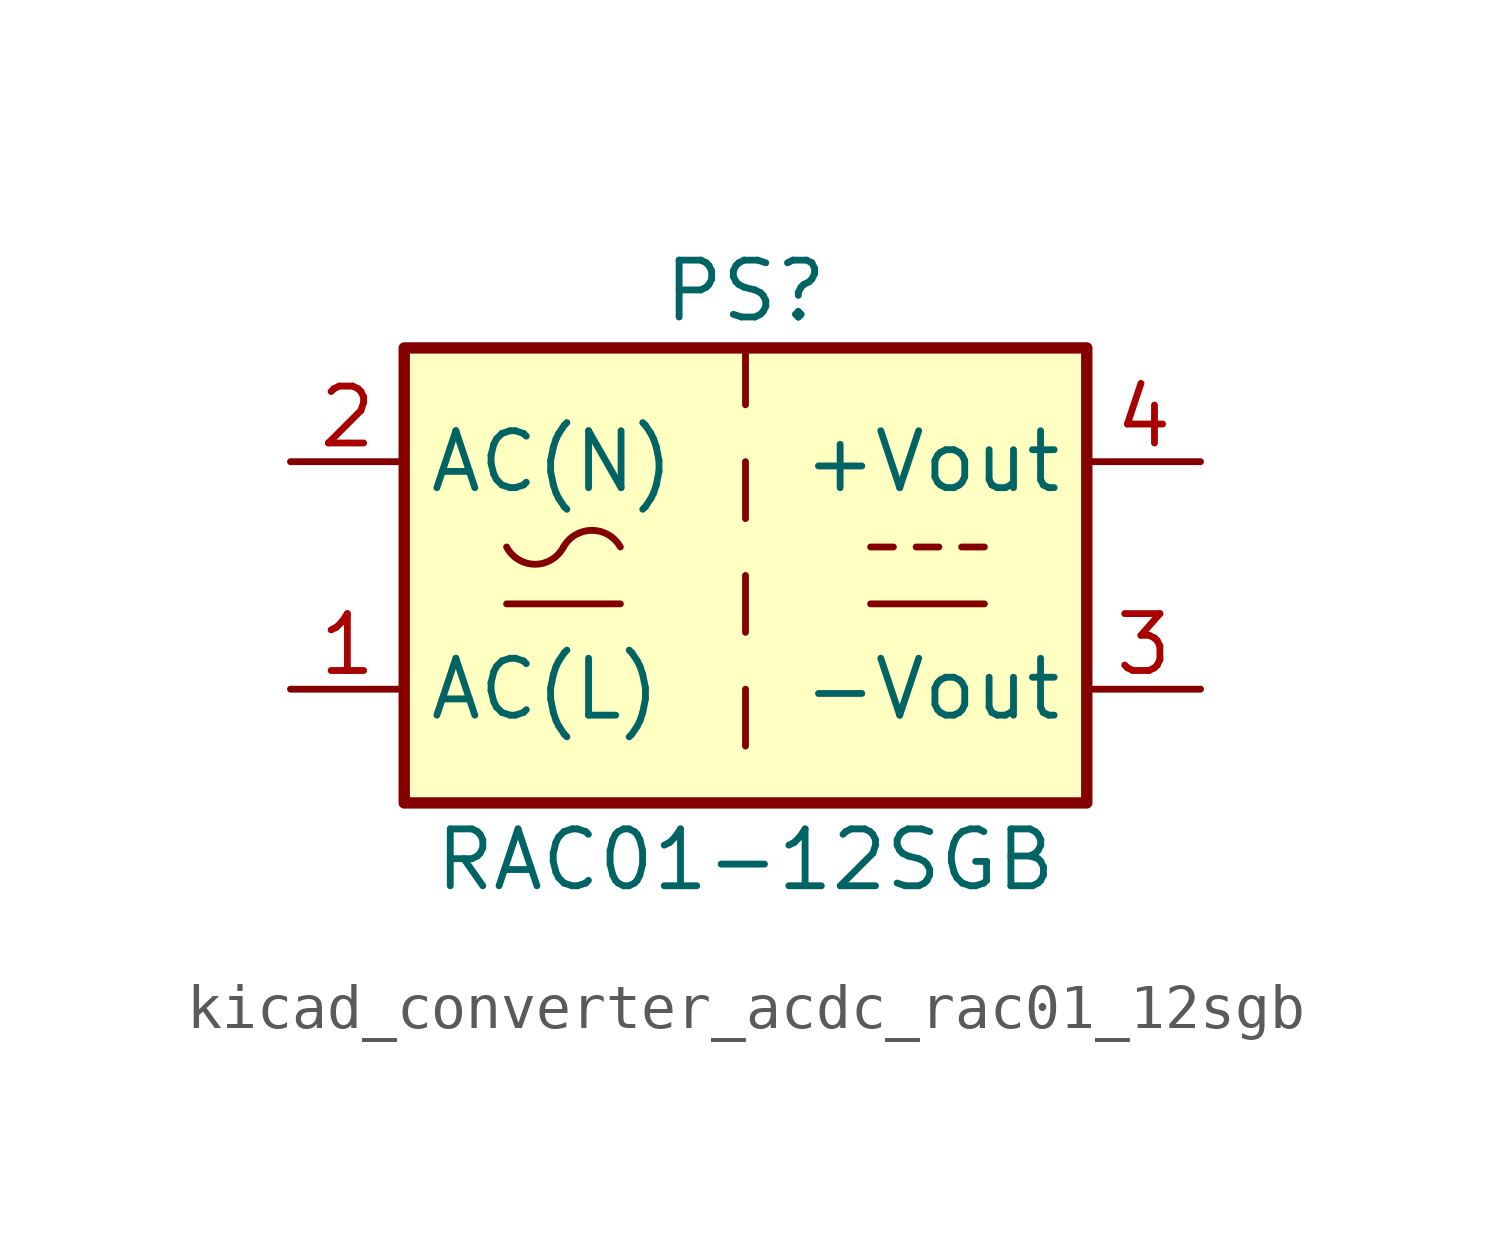
<source format=kicad_sym>
(kicad_symbol_lib
  (version 20220914)
  (generator kicad_symbol_editor)
  (symbol "kicad_converter_acdc_rac01_12sgb"
    (property "Reference" "PS"
      (at 0 6.35 0)
      (effects (font (size 1.27 1.27))))
    (property "Value" "RAC01-12SGB"
      (at 0 -6.35 0)
      (effects (font (size 1.27 1.27))))
    (symbol "kicad_converter_acdc_rac01_12sgb_1_1"
      (rectangle (start -7.62 5.08) (end 7.62 -5.08) (stroke (width 0.254) (type default)) (fill (type background)))
      (arc (start -5.334 0.635) (mid -4.699 0.2495) (end -4.064 0.635) (stroke (width 0) (type default)) (fill (type none)))
      (arc (start -2.794 0.635) (mid -3.429 1.0072) (end -4.064 0.635) (stroke (width 0) (type default)) (fill (type none)))
      (polyline (pts (xy -5.334 -0.635) (xy -2.794 -0.635)) (stroke (width 0) (type default)) (fill (type none)))
      (polyline (pts (xy 0 -2.54) (xy 0 -3.81)) (stroke (width 0) (type default)) (fill (type none)))
      (polyline (pts (xy 0 0) (xy 0 -1.27)) (stroke (width 0) (type default)) (fill (type none)))
      (polyline (pts (xy 0 2.54) (xy 0 1.27)) (stroke (width 0) (type default)) (fill (type none)))
      (polyline (pts (xy 0 5.08) (xy 0 3.81)) (stroke (width 0) (type default)) (fill (type none)))
      (polyline (pts (xy 2.794 -0.635) (xy 5.334 -0.635)) (stroke (width 0) (type default)) (fill (type none)))
      (polyline (pts (xy 2.794 0.635) (xy 3.302 0.635)) (stroke (width 0) (type default)) (fill (type none)))
      (polyline (pts (xy 3.81 0.635) (xy 4.318 0.635)) (stroke (width 0) (type default)) (fill (type none)))
      (polyline (pts (xy 4.826 0.635) (xy 5.334 0.635)) (stroke (width 0) (type default)) (fill (type none)))
      (pin power_in line (at -10.16 -2.54 0) (length 2.54) (name "AC(L)" (effects (font (size 1.27 1.27)))) (number "1" (effects (font (size 1.27 1.27)))))
      (pin power_in line (at -10.16 2.54 0) (length 2.54) (name "AC(N)" (effects (font (size 1.27 1.27)))) (number "2" (effects (font (size 1.27 1.27)))))
      (pin power_out line (at 10.16 -2.54 180) (length 2.54) (name "-Vout" (effects (font (size 1.27 1.27)))) (number "3" (effects (font (size 1.27 1.27)))))
      (pin power_out line (at 10.16 2.54 180) (length 2.54) (name "+Vout" (effects (font (size 1.27 1.27)))) (number "4" (effects (font (size 1.27 1.27))))))))
</source>
